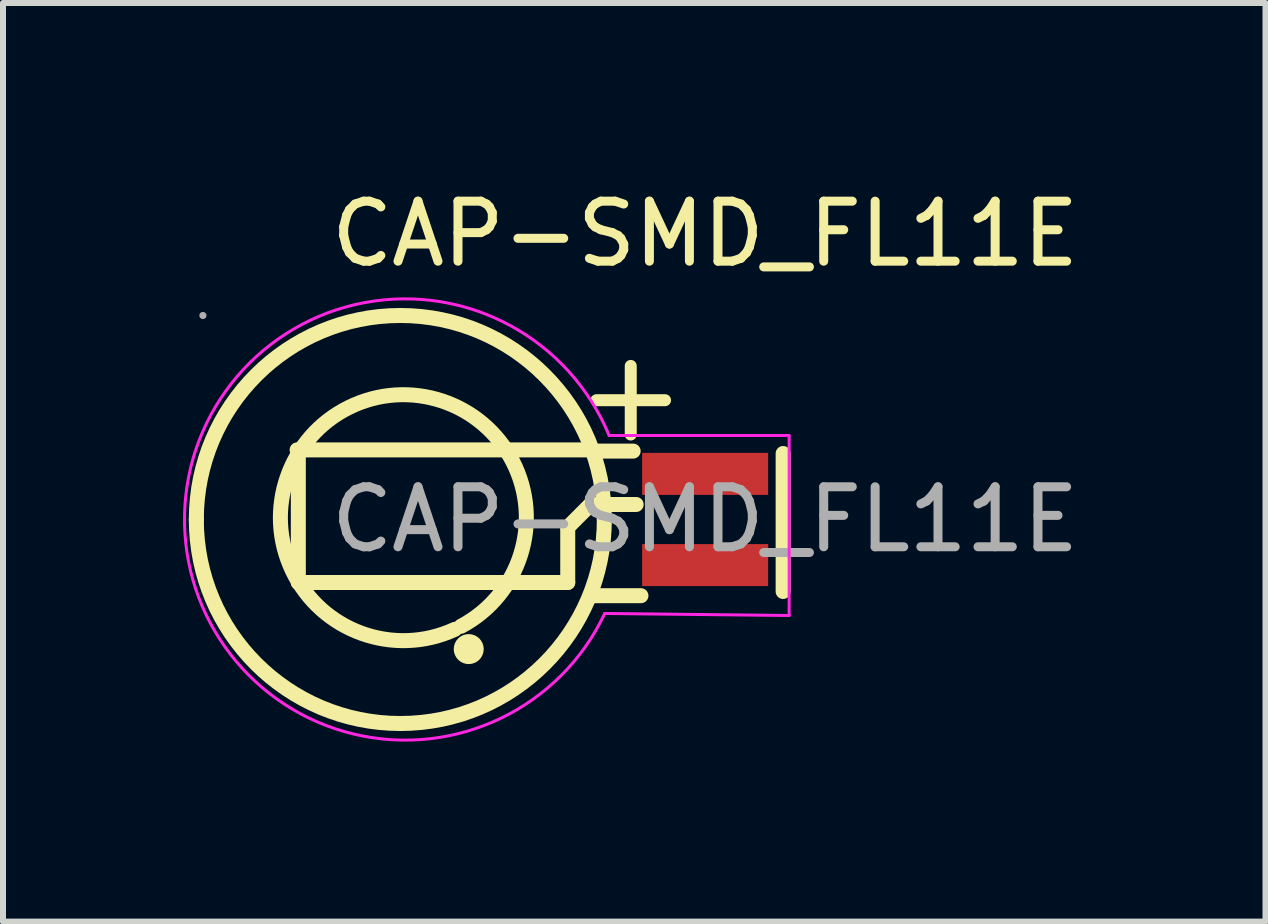
<source format=kicad_pcb>
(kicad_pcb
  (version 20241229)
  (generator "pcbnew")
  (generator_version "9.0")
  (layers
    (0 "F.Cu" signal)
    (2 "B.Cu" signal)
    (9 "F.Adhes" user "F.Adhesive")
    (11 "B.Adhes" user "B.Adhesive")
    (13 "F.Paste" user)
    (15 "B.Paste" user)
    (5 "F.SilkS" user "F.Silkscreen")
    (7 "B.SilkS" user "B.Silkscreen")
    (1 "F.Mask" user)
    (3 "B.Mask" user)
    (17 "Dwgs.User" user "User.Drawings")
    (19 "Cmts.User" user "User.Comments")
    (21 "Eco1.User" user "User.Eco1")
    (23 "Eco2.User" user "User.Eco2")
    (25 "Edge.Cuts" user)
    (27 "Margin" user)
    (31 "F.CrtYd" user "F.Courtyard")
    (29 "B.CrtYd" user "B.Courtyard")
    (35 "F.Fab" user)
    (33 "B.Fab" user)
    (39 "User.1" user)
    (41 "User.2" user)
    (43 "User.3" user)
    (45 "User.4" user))
  (footprint "CAP-SMD_FL11E"
    (layer "F.Cu")
    (at 8.702 5.608)
    (property "Reference" "CAP-SMD_FL11E" (at 0 -4.76 0) (layer "F.SilkS") (effects (font (size 1 1) (thickness 0.15))))
    (attr smd)
    (fp_line (start -6.78 -1.14) (end -6.78 1.05) (stroke (width 0.25) (type solid)) (layer "F.SilkS"))
    (fp_line (start -6.78 1.05) (end -2.29 1.05) (stroke (width 0.25) (type solid)) (layer "F.SilkS"))
    (fp_line (start -2.29 0.13) (end -1.91 -0.25) (stroke (width 0.25) (type solid)) (layer "F.SilkS"))
    (fp_line (start -2.29 1.05) (end -2.29 0.13) (stroke (width 0.25) (type solid)) (layer "F.SilkS"))
    (fp_line (start -1.91 -0.25) (end -1.27 -0.25) (stroke (width 0.25) (type solid)) (layer "F.SilkS"))
    (fp_line (start -1.89 -1.16) (end -6.8 -1.16) (stroke (width 0.25) (type solid)) (layer "F.SilkS"))
    (fp_line (start -1.78 -1.14) (end -1.2 -1.14) (stroke (width 0.25) (type solid)) (layer "F.SilkS"))
    (fp_line (start -1.27 -0.25) (end -1.15 -0.25) (stroke (width 0.25) (type solid)) (layer "F.SilkS"))
    (fp_line (start -1.07 1.27) (end -1.91 1.27) (stroke (width 0.25) (type solid)) (layer "F.SilkS"))
    (fp_line (start 1.3 -1.1) (end 1.3 1.2) (stroke (width 0.25) (type solid)) (layer "F.SilkS"))
    (fp_arc (start -8.48 0) (mid -5.08 -3.4) (end -1.68 0) (stroke (width 0.25) (type solid)) (layer "F.SilkS"))
    (fp_arc (start -4.17 1.83) (mid -5.940478 -1.865819) (end -4.069724 1.780268) (stroke (width 0.25) (type solid)) (layer "F.SilkS"))
    (fp_arc (start -3.94 2.16) (mid -3.94 2.16) (end -3.94 2.16) (stroke (width 0.25) (type solid)) (layer "F.SilkS"))
    (fp_arc (start -1.68 0) (mid -5.08 3.4) (end -8.48 0) (stroke (width 0.25) (type solid)) (layer "F.SilkS"))
    (fp_line (start 1.4 -1.4) (end -1.6 -1.4) (stroke (width 0.05) (type default)) (layer "F.CrtYd"))
    (fp_line (start 1.4 1.6) (end -1.673 1.566) (stroke (width 0.05) (type default)) (layer "F.CrtYd"))
    (fp_line (start 1.4 1.6) (end 1.4 -1.4) (stroke (width 0.05) (type default)) (layer "F.CrtYd"))
    (fp_arc (start -1.673022 1.565637) (mid -8.675841 -0.090509) (end -1.6 -1.4) (stroke (width 0.05) (type default)) (layer "F.CrtYd"))
    (fp_circle (center -8.37 -3.4) (end -8.34 -3.4) (stroke (width 0.06) (type solid)) (fill no) (layer "F.Fab"))
    (fp_text user "+" (at -2.3 -2.1 0) (layer "F.SilkS") (effects (font (size 1.5 1.5) (thickness 0.2)) (justify left)))
    (fp_text user "${REFERENCE}" (at 0 0 0) (layer "F.Fab") (effects (font (size 1 1) (thickness 0.15))))
    (pad "1" smd rect (at 0 -0.76) (size 2.1 0.7) (layers "F.Cu" "F.Mask" "F.Paste"))
    (pad "2" smd rect (at 0 0.76) (size 2.1 0.7) (layers "F.Cu" "F.Mask" "F.Paste")))
  (gr_rect
    (start -3 -3)
    (end 18.041 12.31)
    (stroke (width 0.1) (type default))
    (fill no)
    (layer "Edge.Cuts")))
</source>
